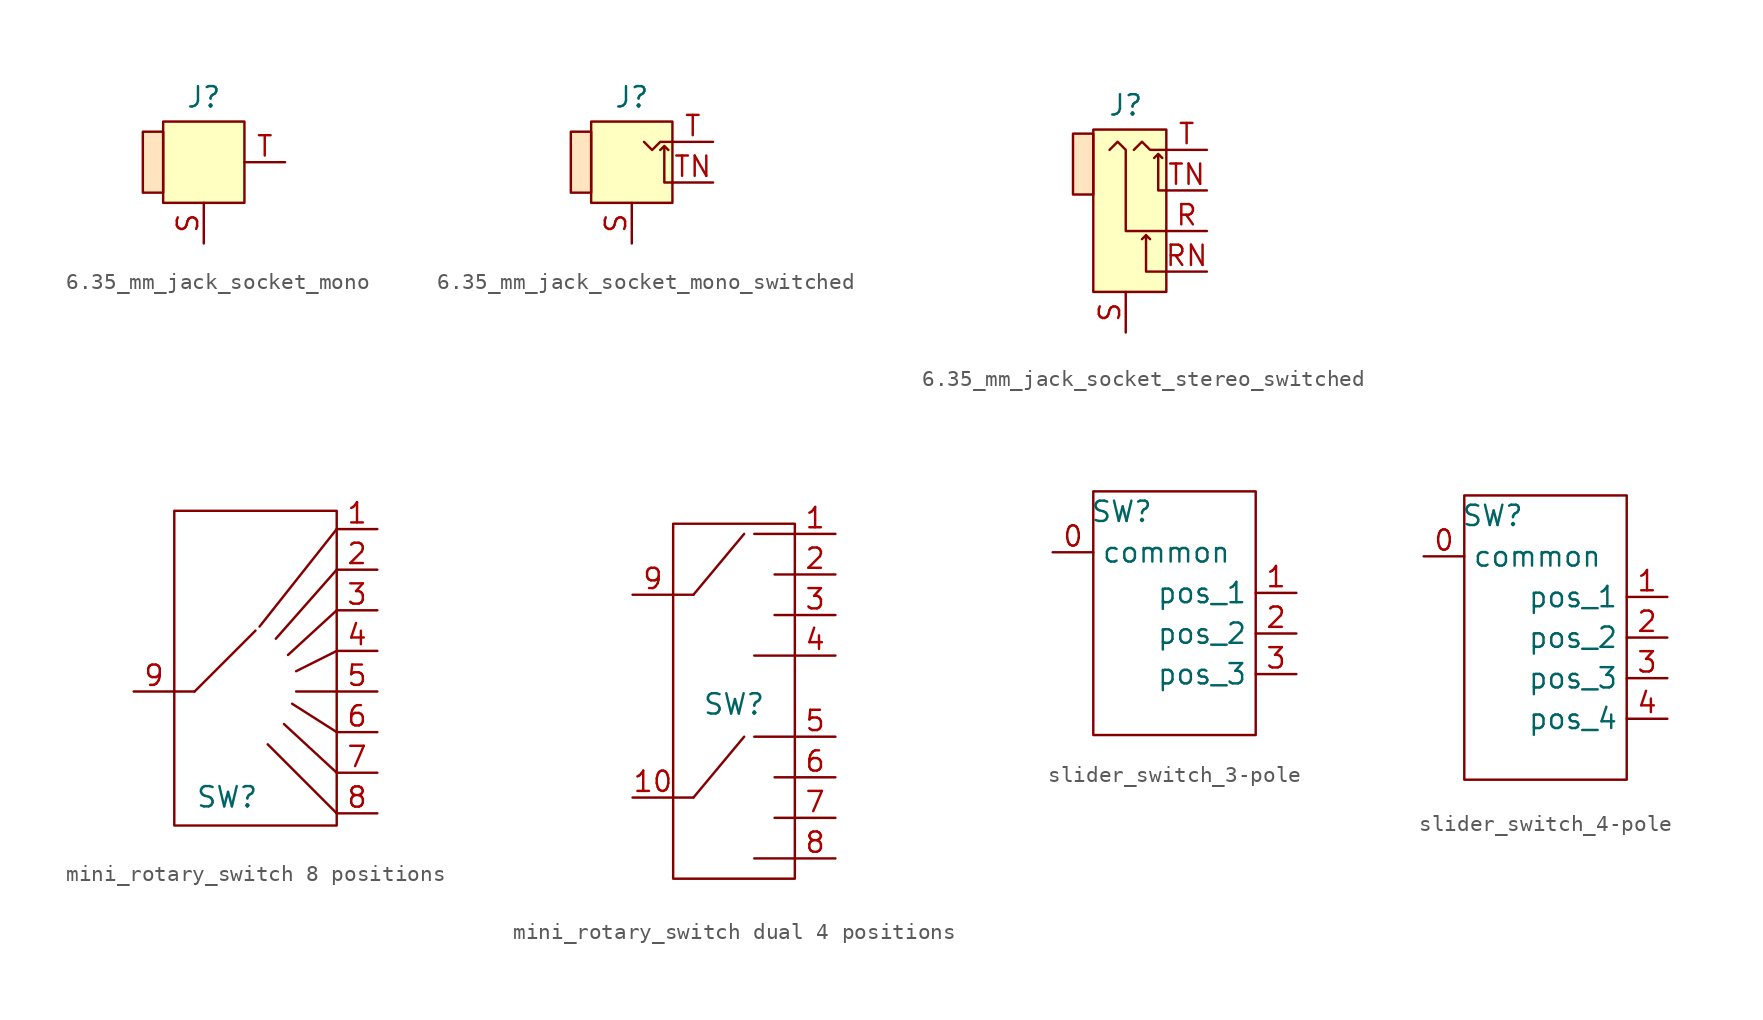
<source format=kicad_sym>
(kicad_symbol_lib
  (version 20241209)
  (generator "kicad_symbol_editor")
  (generator_version "9.0")
  (symbol "6.35_mm_jack_socket_mono"
    (pin_names
      (offset 0)
      (hide yes))
    (property "Reference" "J"
      (at 0 4.064 0)
      (effects (font (size 1.27 1.27))))
    (property "Value" ""
      (at 0 0 0)
      (effects (font (size 1.27 1.27))))
    (symbol "6.35_mm_jack_socket_mono_1_1"
      (rectangle (start -3.81 1.905) (end -2.54 -1.905) (stroke (width 0) (type default)) (fill (type color) (color 255 229 191 1)))
      (rectangle (start -2.54 2.54) (end 2.54 -2.54) (stroke (width 0) (type default)) (fill (type color) (color 255 255 194 1)))
      (pin passive line (at 0 -5.08 90) (length 2.54) (name "S" (effects (font (size 1.27 1.27)))) (number "S" (effects (font (size 1.27 1.27)))))
      (pin output line (at 5.08 0 180) (length 2.54) (name "T" (effects (font (size 1.27 1.27)))) (number "T" (effects (font (size 1.27 1.27)))))))
  (symbol "6.35_mm_jack_socket_mono_switched"
    (pin_names
      (offset 0)
      (hide yes))
    (property "Reference" "J"
      (at 0 4.064 0)
      (effects (font (size 1.27 1.27))))
    (property "Value" ""
      (at 0 0 0)
      (effects (font (size 1.27 1.27))))
    (symbol "6.35_mm_jack_socket_mono_switched_0_1"
      (polyline (pts (xy 2.54 1.27) (xy 1.778 1.27) (xy 1.27 0.762) (xy 0.762 1.27)) (stroke (width 0) (type default)) (fill (type none)))
      (polyline (pts (xy 2.54 -1.27) (xy 2.032 -1.27) (xy 2.032 1.016) (xy 1.778 0.762) (xy 2.032 1.016) (xy 2.286 0.762)) (stroke (width 0) (type default)) (fill (type none))))
    (symbol "6.35_mm_jack_socket_mono_switched_1_1"
      (rectangle (start -3.81 1.905) (end -2.54 -1.905) (stroke (width 0) (type default)) (fill (type color) (color 255 229 191 1)))
      (rectangle (start -2.54 2.54) (end 2.54 -2.54) (stroke (width 0) (type default)) (fill (type color) (color 255 255 194 1)))
      (pin passive line (at 0 -5.08 90) (length 2.54) (name "S" (effects (font (size 1.27 1.27)))) (number "S" (effects (font (size 1.27 1.27)))))
      (pin output line (at 5.08 1.27 180) (length 2.54) (name "T" (effects (font (size 1.27 1.27)))) (number "T" (effects (font (size 1.27 1.27)))))
      (pin input line (at 5.08 -1.27 180) (length 2.54) (name "TN" (effects (font (size 1.27 1.27)))) (number "TN" (effects (font (size 1.27 1.27)))))))
  (symbol "6.35_mm_jack_socket_stereo_switched"
    (pin_names
      (offset 0)
      (hide yes))
    (property "Reference" "J"
      (at 0 4.064 0)
      (effects (font (size 1.27 1.27))))
    (property "Value" ""
      (at 0 0 0)
      (effects (font (size 1.27 1.27))))
    (symbol "6.35_mm_jack_socket_stereo_switched_0_1"
      (polyline (pts (xy 2.54 1.27) (xy 1.524 1.27) (xy 1.27 1.524) (xy 1.016 1.778) (xy 0.508 1.27)) (stroke (width 0) (type default)) (fill (type none)))
      (polyline (pts (xy 2.54 -1.27) (xy 2.032 -1.27) (xy 2.032 1.016) (xy 1.778 0.762) (xy 2.032 1.016) (xy 2.286 0.762)) (stroke (width 0) (type default)) (fill (type none)))
      (polyline (pts (xy 2.54 -3.81) (xy 0 -3.81) (xy 0 1.27) (xy -0.508 1.778) (xy -1.016 1.27)) (stroke (width 0) (type default)) (fill (type none)))
      (polyline (pts (xy 2.54 -6.35) (xy 1.27 -6.35) (xy 1.27 -4.064) (xy 1.016 -4.318) (xy 1.27 -4.064) (xy 1.524 -4.318)) (stroke (width 0) (type default)) (fill (type none))))
    (symbol "6.35_mm_jack_socket_stereo_switched_1_1"
      (rectangle (start -3.302 2.286) (end -2.032 -1.524) (stroke (width 0) (type default)) (fill (type color) (color 255 229 191 1)))
      (rectangle (start -2.032 2.54) (end 2.54 -7.62) (stroke (width 0) (type default)) (fill (type color) (color 255 255 194 1)))
      (pin passive line (at 0 -10.16 90) (length 2.54) (name "S" (effects (font (size 1.27 1.27)))) (number "S" (effects (font (size 1.27 1.27)))))
      (pin passive line (at 5.08 1.27 180) (length 2.54) (name "T" (effects (font (size 1.27 1.27)))) (number "T" (effects (font (size 1.27 1.27)))))
      (pin passive line (at 5.08 -1.27 180) (length 2.54) (name "TN" (effects (font (size 1.27 1.27)))) (number "TN" (effects (font (size 1.27 1.27)))))
      (pin passive line (at 5.08 -3.81 180) (length 2.54) (name "R" (effects (font (size 1.27 1.27)))) (number "R" (effects (font (size 1.27 1.27)))))
      (pin passive line (at 5.08 -6.35 180) (length 2.54) (name "RN" (effects (font (size 1.27 1.27)))) (number "RN" (effects (font (size 1.27 1.27)))))))
  (symbol "mini_rotary_switch 8 positions"
    (pin_names
      (offset 0))
    (property "Reference" "SW"
      (at -1.778 -6.604 0)
      (effects (font (size 1.27 1.27))))
    (property "Value" ""
      (at 0 2.54 0)
      (effects (font (size 1.27 1.27))))
    (symbol "mini_rotary_switch 8 positions_0_1"
      (rectangle (start -5.08 11.303) (end 5.08 -8.382) (stroke (width 0) (type default)) (fill (type none)))
      (polyline (pts (xy -5.08 0) (xy -3.81 0)) (stroke (width 0) (type default)) (fill (type none)))
      (polyline (pts (xy -3.81 0) (xy 0 3.81)) (stroke (width 0) (type default)) (fill (type none)))
      (polyline (pts (xy 5.08 10.16) (xy 0.254 4.064)) (stroke (width 0) (type default)) (fill (type none)))
      (polyline (pts (xy 5.08 7.62) (xy 1.27 3.302)) (stroke (width 0) (type default)) (fill (type none)))
      (polyline (pts (xy 5.08 5.08) (xy 2.032 2.286)) (stroke (width 0) (type default)) (fill (type none)))
      (polyline (pts (xy 5.08 2.54) (xy 2.54 1.27)) (stroke (width 0) (type default)) (fill (type none)))
      (polyline (pts (xy 5.08 0) (xy 2.54 0)) (stroke (width 0) (type default)) (fill (type none)))
      (polyline (pts (xy 5.08 -2.54) (xy 2.286 -0.762)) (stroke (width 0) (type default)) (fill (type none)))
      (polyline (pts (xy 5.08 -5.08) (xy 1.778 -2.032)) (stroke (width 0) (type default)) (fill (type none)))
      (polyline (pts (xy 5.08 -7.62) (xy 0.762 -3.302)) (stroke (width 0) (type default)) (fill (type none))))
    (symbol "mini_rotary_switch 8 positions_1_1"
      (pin input line (at -7.62 0 0) (length 2.54) (name "" (effects (font (size 1.27 1.27)))) (number "9" (effects (font (size 1.27 1.27)))))
      (pin output line (at 7.62 10.16 180) (length 2.54) (name "" (effects (font (size 1.27 1.27)))) (number "1" (effects (font (size 1.27 1.27)))))
      (pin output line (at 7.62 7.62 180) (length 2.54) (name "" (effects (font (size 1.27 1.27)))) (number "2" (effects (font (size 1.27 1.27)))))
      (pin output line (at 7.62 5.08 180) (length 2.54) (name "" (effects (font (size 1.27 1.27)))) (number "3" (effects (font (size 1.27 1.27)))))
      (pin output line (at 7.62 2.54 180) (length 2.54) (name "" (effects (font (size 1.27 1.27)))) (number "4" (effects (font (size 1.27 1.27)))))
      (pin output line (at 7.62 0 180) (length 2.54) (name "" (effects (font (size 1.27 1.27)))) (number "5" (effects (font (size 1.27 1.27)))))
      (pin output line (at 7.62 -2.54 180) (length 2.54) (name "" (effects (font (size 1.27 1.27)))) (number "6" (effects (font (size 1.27 1.27)))))
      (pin output line (at 7.62 -5.08 180) (length 2.54) (name "" (effects (font (size 1.27 1.27)))) (number "7" (effects (font (size 1.27 1.27)))))
      (pin output line (at 7.62 -7.62 180) (length 2.54) (name "" (effects (font (size 1.27 1.27)))) (number "8" (effects (font (size 1.27 1.27)))))))
  (symbol "mini_rotary_switch dual 4 positions"
    (pin_names
      (offset 0))
    (property "Reference" "SW"
      (at 0 -4.318 0)
      (effects (font (size 1.27 1.27))))
    (property "Value" ""
      (at 0 2.54 0)
      (effects (font (size 1.27 1.27))))
    (symbol "mini_rotary_switch dual 4 positions_0_1"
      (rectangle (start -3.81 6.985) (end 3.81 -15.24) (stroke (width 0) (type default)) (fill (type none)))
      (polyline (pts (xy -3.81 2.54) (xy -2.54 2.54)) (stroke (width 0) (type default)) (fill (type none)))
      (polyline (pts (xy -3.81 -10.16) (xy -2.54 -10.16)) (stroke (width 0) (type default)) (fill (type none)))
      (polyline (pts (xy -2.54 2.54) (xy 0.635 6.35)) (stroke (width 0) (type default)) (fill (type none)))
      (polyline (pts (xy -2.54 -10.16) (xy 0.635 -6.35)) (stroke (width 0) (type default)) (fill (type none)))
      (polyline (pts (xy 3.81 6.35) (xy 1.27 6.35)) (stroke (width 0) (type default)) (fill (type none)))
      (polyline (pts (xy 3.81 3.81) (xy 2.54 3.81)) (stroke (width 0) (type default)) (fill (type none)))
      (polyline (pts (xy 3.81 1.27) (xy 2.54 1.27)) (stroke (width 0) (type default)) (fill (type none)))
      (polyline (pts (xy 3.81 -1.27) (xy 1.27 -1.27)) (stroke (width 0) (type default)) (fill (type none)))
      (polyline (pts (xy 3.81 -6.35) (xy 1.27 -6.35)) (stroke (width 0) (type default)) (fill (type none)))
      (polyline (pts (xy 3.81 -8.89) (xy 2.54 -8.89)) (stroke (width 0) (type default)) (fill (type none)))
      (polyline (pts (xy 3.81 -11.43) (xy 2.54 -11.43)) (stroke (width 0) (type default)) (fill (type none)))
      (polyline (pts (xy 3.81 -13.97) (xy 1.27 -13.97)) (stroke (width 0) (type default)) (fill (type none))))
    (symbol "mini_rotary_switch dual 4 positions_1_1"
      (pin input line (at -6.35 2.54 0) (length 2.54) (name "" (effects (font (size 1.27 1.27)))) (number "9" (effects (font (size 1.27 1.27)))))
      (pin input line (at -6.35 -10.16 0) (length 2.54) (name "" (effects (font (size 1.27 1.27)))) (number "10" (effects (font (size 1.27 1.27)))))
      (pin output line (at 6.35 6.35 180) (length 2.54) (name "" (effects (font (size 1.27 1.27)))) (number "1" (effects (font (size 1.27 1.27)))))
      (pin output line (at 6.35 3.81 180) (length 2.54) (name "" (effects (font (size 1.27 1.27)))) (number "2" (effects (font (size 1.27 1.27)))))
      (pin output line (at 6.35 1.27 180) (length 2.54) (name "" (effects (font (size 1.27 1.27)))) (number "3" (effects (font (size 1.27 1.27)))))
      (pin output line (at 6.35 -1.27 180) (length 2.54) (name "" (effects (font (size 1.27 1.27)))) (number "4" (effects (font (size 1.27 1.27)))))
      (pin output line (at 6.35 -6.35 180) (length 2.54) (name "" (effects (font (size 1.27 1.27)))) (number "5" (effects (font (size 1.27 1.27)))))
      (pin output line (at 6.35 -8.89 180) (length 2.54) (name "" (effects (font (size 1.27 1.27)))) (number "6" (effects (font (size 1.27 1.27)))))
      (pin output line (at 6.35 -11.43 180) (length 2.54) (name "" (effects (font (size 1.27 1.27)))) (number "7" (effects (font (size 1.27 1.27)))))
      (pin output line (at 6.35 -13.97 180) (length 2.54) (name "" (effects (font (size 1.27 1.27)))) (number "8" (effects (font (size 1.27 1.27)))))))
  (symbol "slider_switch_3-pole"
    (property "Reference" "SW"
      (at -0.762 6.35 0)
      (effects (font (size 1.27 1.27))))
    (property "Value" ""
      (at 0 0 0)
      (effects (font (size 1.27 1.27))))
    (symbol "slider_switch_3-pole_0_1"
      (rectangle (start -2.54 7.62) (end 7.62 -7.62) (stroke (width 0) (type default)) (fill (type none))))
    (symbol "slider_switch_3-pole_1_1"
      (pin passive line (at -5.08 3.81 0) (length 2.54) (name "common" (effects (font (size 1.27 1.27)))) (number "0" (effects (font (size 1.27 1.27)))))
      (pin passive line (at 10.16 1.27 180) (length 2.54) (name "pos_1" (effects (font (size 1.27 1.27)))) (number "1" (effects (font (size 1.27 1.27)))))
      (pin passive line (at 10.16 -1.27 180) (length 2.54) (name "pos_2" (effects (font (size 1.27 1.27)))) (number "2" (effects (font (size 1.27 1.27)))))
      (pin passive line (at 10.16 -3.81 180) (length 2.54) (name "pos_3" (effects (font (size 1.27 1.27)))) (number "3" (effects (font (size 1.27 1.27)))))))
  (symbol "slider_switch_4-pole"
    (property "Reference" "SW"
      (at -0.762 6.35 0)
      (effects (font (size 1.27 1.27))))
    (property "Value" ""
      (at 0 0 0)
      (effects (font (size 1.27 1.27))))
    (symbol "slider_switch_4-pole_0_1"
      (rectangle (start -2.54 7.62) (end 7.62 -10.16) (stroke (width 0) (type default)) (fill (type none))))
    (symbol "slider_switch_4-pole_1_1"
      (pin passive line (at -5.08 3.81 0) (length 2.54) (name "common" (effects (font (size 1.27 1.27)))) (number "0" (effects (font (size 1.27 1.27)))))
      (pin passive line (at 10.16 1.27 180) (length 2.54) (name "pos_1" (effects (font (size 1.27 1.27)))) (number "1" (effects (font (size 1.27 1.27)))))
      (pin passive line (at 10.16 -1.27 180) (length 2.54) (name "pos_2" (effects (font (size 1.27 1.27)))) (number "2" (effects (font (size 1.27 1.27)))))
      (pin passive line (at 10.16 -3.81 180) (length 2.54) (name "pos_3" (effects (font (size 1.27 1.27)))) (number "3" (effects (font (size 1.27 1.27)))))
      (pin passive line (at 10.16 -6.35 180) (length 2.54) (name "pos_4" (effects (font (size 1.27 1.27)))) (number "4" (effects (font (size 1.27 1.27))))))))
</source>
